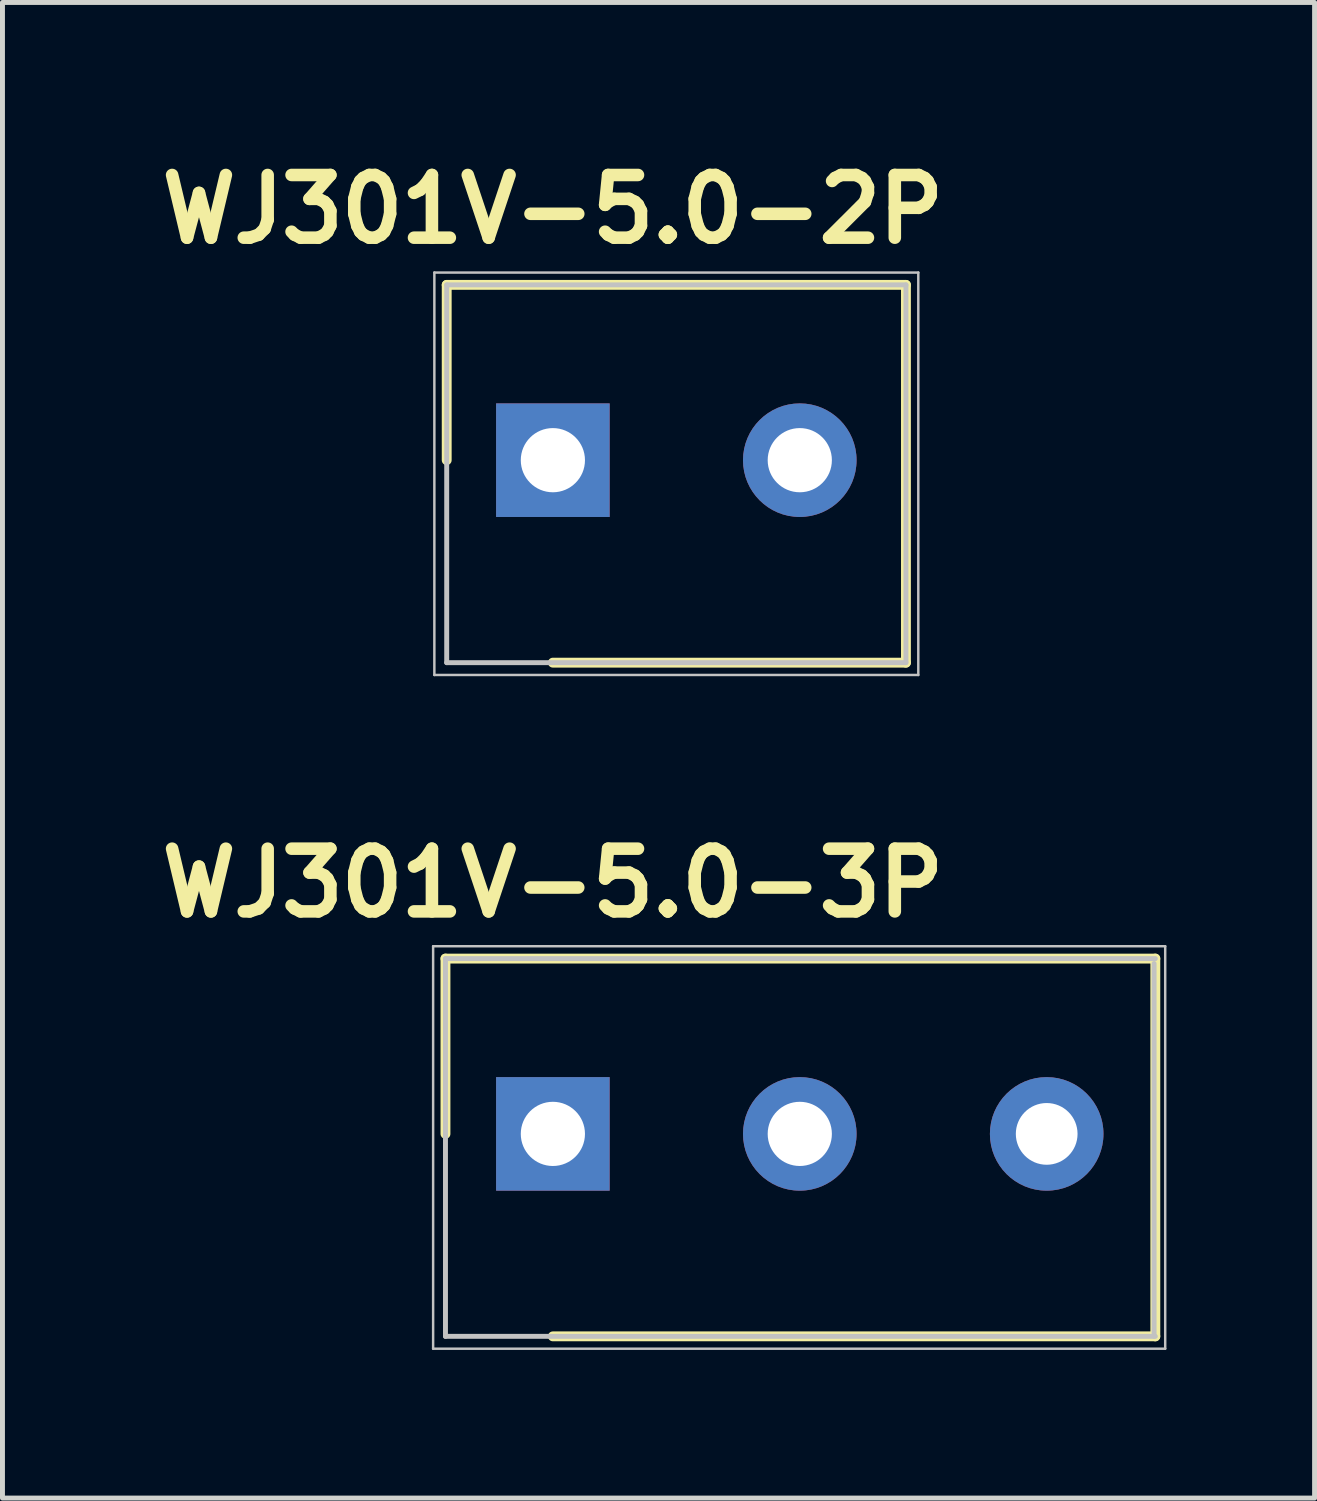
<source format=kicad_pcb>
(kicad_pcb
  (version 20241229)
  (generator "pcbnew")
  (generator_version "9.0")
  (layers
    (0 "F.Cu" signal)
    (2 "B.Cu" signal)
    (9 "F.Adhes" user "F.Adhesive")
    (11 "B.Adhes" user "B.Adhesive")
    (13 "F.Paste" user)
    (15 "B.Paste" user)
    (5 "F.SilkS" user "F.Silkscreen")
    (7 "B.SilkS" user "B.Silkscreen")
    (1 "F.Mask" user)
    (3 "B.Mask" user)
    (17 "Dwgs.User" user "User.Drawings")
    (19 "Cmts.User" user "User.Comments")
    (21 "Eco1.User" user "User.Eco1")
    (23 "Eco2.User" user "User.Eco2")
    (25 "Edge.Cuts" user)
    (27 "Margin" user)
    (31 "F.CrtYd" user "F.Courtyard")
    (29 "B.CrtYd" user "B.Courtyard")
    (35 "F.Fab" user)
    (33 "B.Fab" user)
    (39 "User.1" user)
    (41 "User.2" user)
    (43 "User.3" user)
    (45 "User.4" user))
  (footprint "WJ301V-5.0-2P"
    (layer "F.Cu")
    (at 8.146 6.269)
    (property "Reference" "WJ301V-5.0-2P" (at 0 -5.08 0) (layer "F.SilkS") (effects (font (size 1.27 1.27) (thickness 0.254))))
    (attr through_hole)
    (fp_line (start -2.15 -3.55) (end -2.15 0) (stroke (width 0.2) (type solid)) (layer "F.SilkS"))
    (fp_line (start 0 4.1) (end 7.15 4.1) (stroke (width 0.2) (type solid)) (layer "F.SilkS"))
    (fp_line (start 7.15 -3.55) (end -2.15 -3.55) (stroke (width 0.2) (type solid)) (layer "F.SilkS"))
    (fp_line (start 7.15 4.1) (end 7.15 -3.55) (stroke (width 0.2) (type solid)) (layer "F.SilkS"))
    (fp_line (start -2.4 -3.8) (end 7.4 -3.8) (stroke (width 0.05) (type solid)) (layer "Dwgs.User"))
    (fp_line (start -2.4 4.35) (end -2.4 -3.8) (stroke (width 0.05) (type solid)) (layer "Dwgs.User"))
    (fp_line (start -2.15 -3.55) (end 7.15 -3.55) (stroke (width 0.1) (type solid)) (layer "Dwgs.User"))
    (fp_line (start -2.15 4.1) (end -2.15 -3.55) (stroke (width 0.1) (type solid)) (layer "Dwgs.User"))
    (fp_line (start 7.15 -3.55) (end 7.15 4.1) (stroke (width 0.1) (type solid)) (layer "Dwgs.User"))
    (fp_line (start 7.15 4.1) (end -2.15 4.1) (stroke (width 0.1) (type solid)) (layer "Dwgs.User"))
    (fp_line (start 7.4 -3.8) (end 7.4 4.35) (stroke (width 0.05) (type solid)) (layer "Dwgs.User"))
    (fp_line (start 7.4 4.35) (end -2.4 4.35) (stroke (width 0.05) (type solid)) (layer "Dwgs.User"))
    (pad "1" thru_hole rect (at 0 0 90) (size 2.3 2.3) (drill 1.3) (layers "*.Cu" "*.Mask"))
    (pad "2" thru_hole circle (at 5 0 90) (size 2.3 2.3) (drill 1.3) (layers "*.Cu" "*.Mask")))
  (footprint "WJ301V-5.0-3P"
    (layer "F.Cu")
    (at 8.146 19.912)
    (property "Reference" "WJ301V-5.0-3P" (at 0 -5.08 0) (layer "F.SilkS") (effects (font (size 1.27 1.27) (thickness 0.254))))
    (attr through_hole)
    (fp_line (start -2.175 -3.55) (end -2.175 0) (stroke (width 0.2) (type solid)) (layer "F.SilkS"))
    (fp_line (start 0 4.1) (end 12.2 4.1) (stroke (width 0.2) (type solid)) (layer "F.SilkS"))
    (fp_line (start 12.2 -3.55) (end -2.175 -3.55) (stroke (width 0.2) (type solid)) (layer "F.SilkS"))
    (fp_line (start 12.2 4.1) (end 12.2 -3.55) (stroke (width 0.2) (type solid)) (layer "F.SilkS"))
    (fp_line (start -2.425 -3.8) (end 12.4 -3.8) (stroke (width 0.05) (type solid)) (layer "Dwgs.User"))
    (fp_line (start -2.425 4.35) (end -2.425 -3.8) (stroke (width 0.05) (type solid)) (layer "Dwgs.User"))
    (fp_line (start -2.175 -3.55) (end 12.2 -3.55) (stroke (width 0.1) (type solid)) (layer "Dwgs.User"))
    (fp_line (start -2.175 4.1) (end -2.175 -3.55) (stroke (width 0.1) (type solid)) (layer "Dwgs.User"))
    (fp_line (start 12.175 -3.45) (end 12.175 4.1) (stroke (width 0.1) (type solid)) (layer "Dwgs.User"))
    (fp_line (start 12.2 4.1) (end -2.175 4.1) (stroke (width 0.1) (type solid)) (layer "Dwgs.User"))
    (fp_line (start 12.4 -3.8) (end 12.4 4.35) (stroke (width 0.05) (type solid)) (layer "Dwgs.User"))
    (fp_line (start 12.4 4.35) (end -2.425 4.35) (stroke (width 0.05) (type solid)) (layer "Dwgs.User"))
    (pad "1" thru_hole rect (at 0 0 90) (size 2.3 2.3) (drill 1.3) (layers "*.Cu" "*.Mask"))
    (pad "2" thru_hole circle (at 5 0 90) (size 2.3 2.3) (drill 1.3) (layers "*.Cu" "*.Mask"))
    (pad "3" thru_hole circle (at 10 0 90) (size 2.3 2.3) (drill 1.25) (layers "*.Cu" "*.Mask")))
  (gr_rect
    (start -3 -3)
    (end 23.571 27.287)
    (stroke (width 0.1) (type default))
    (fill no)
    (layer "Edge.Cuts")))
</source>
